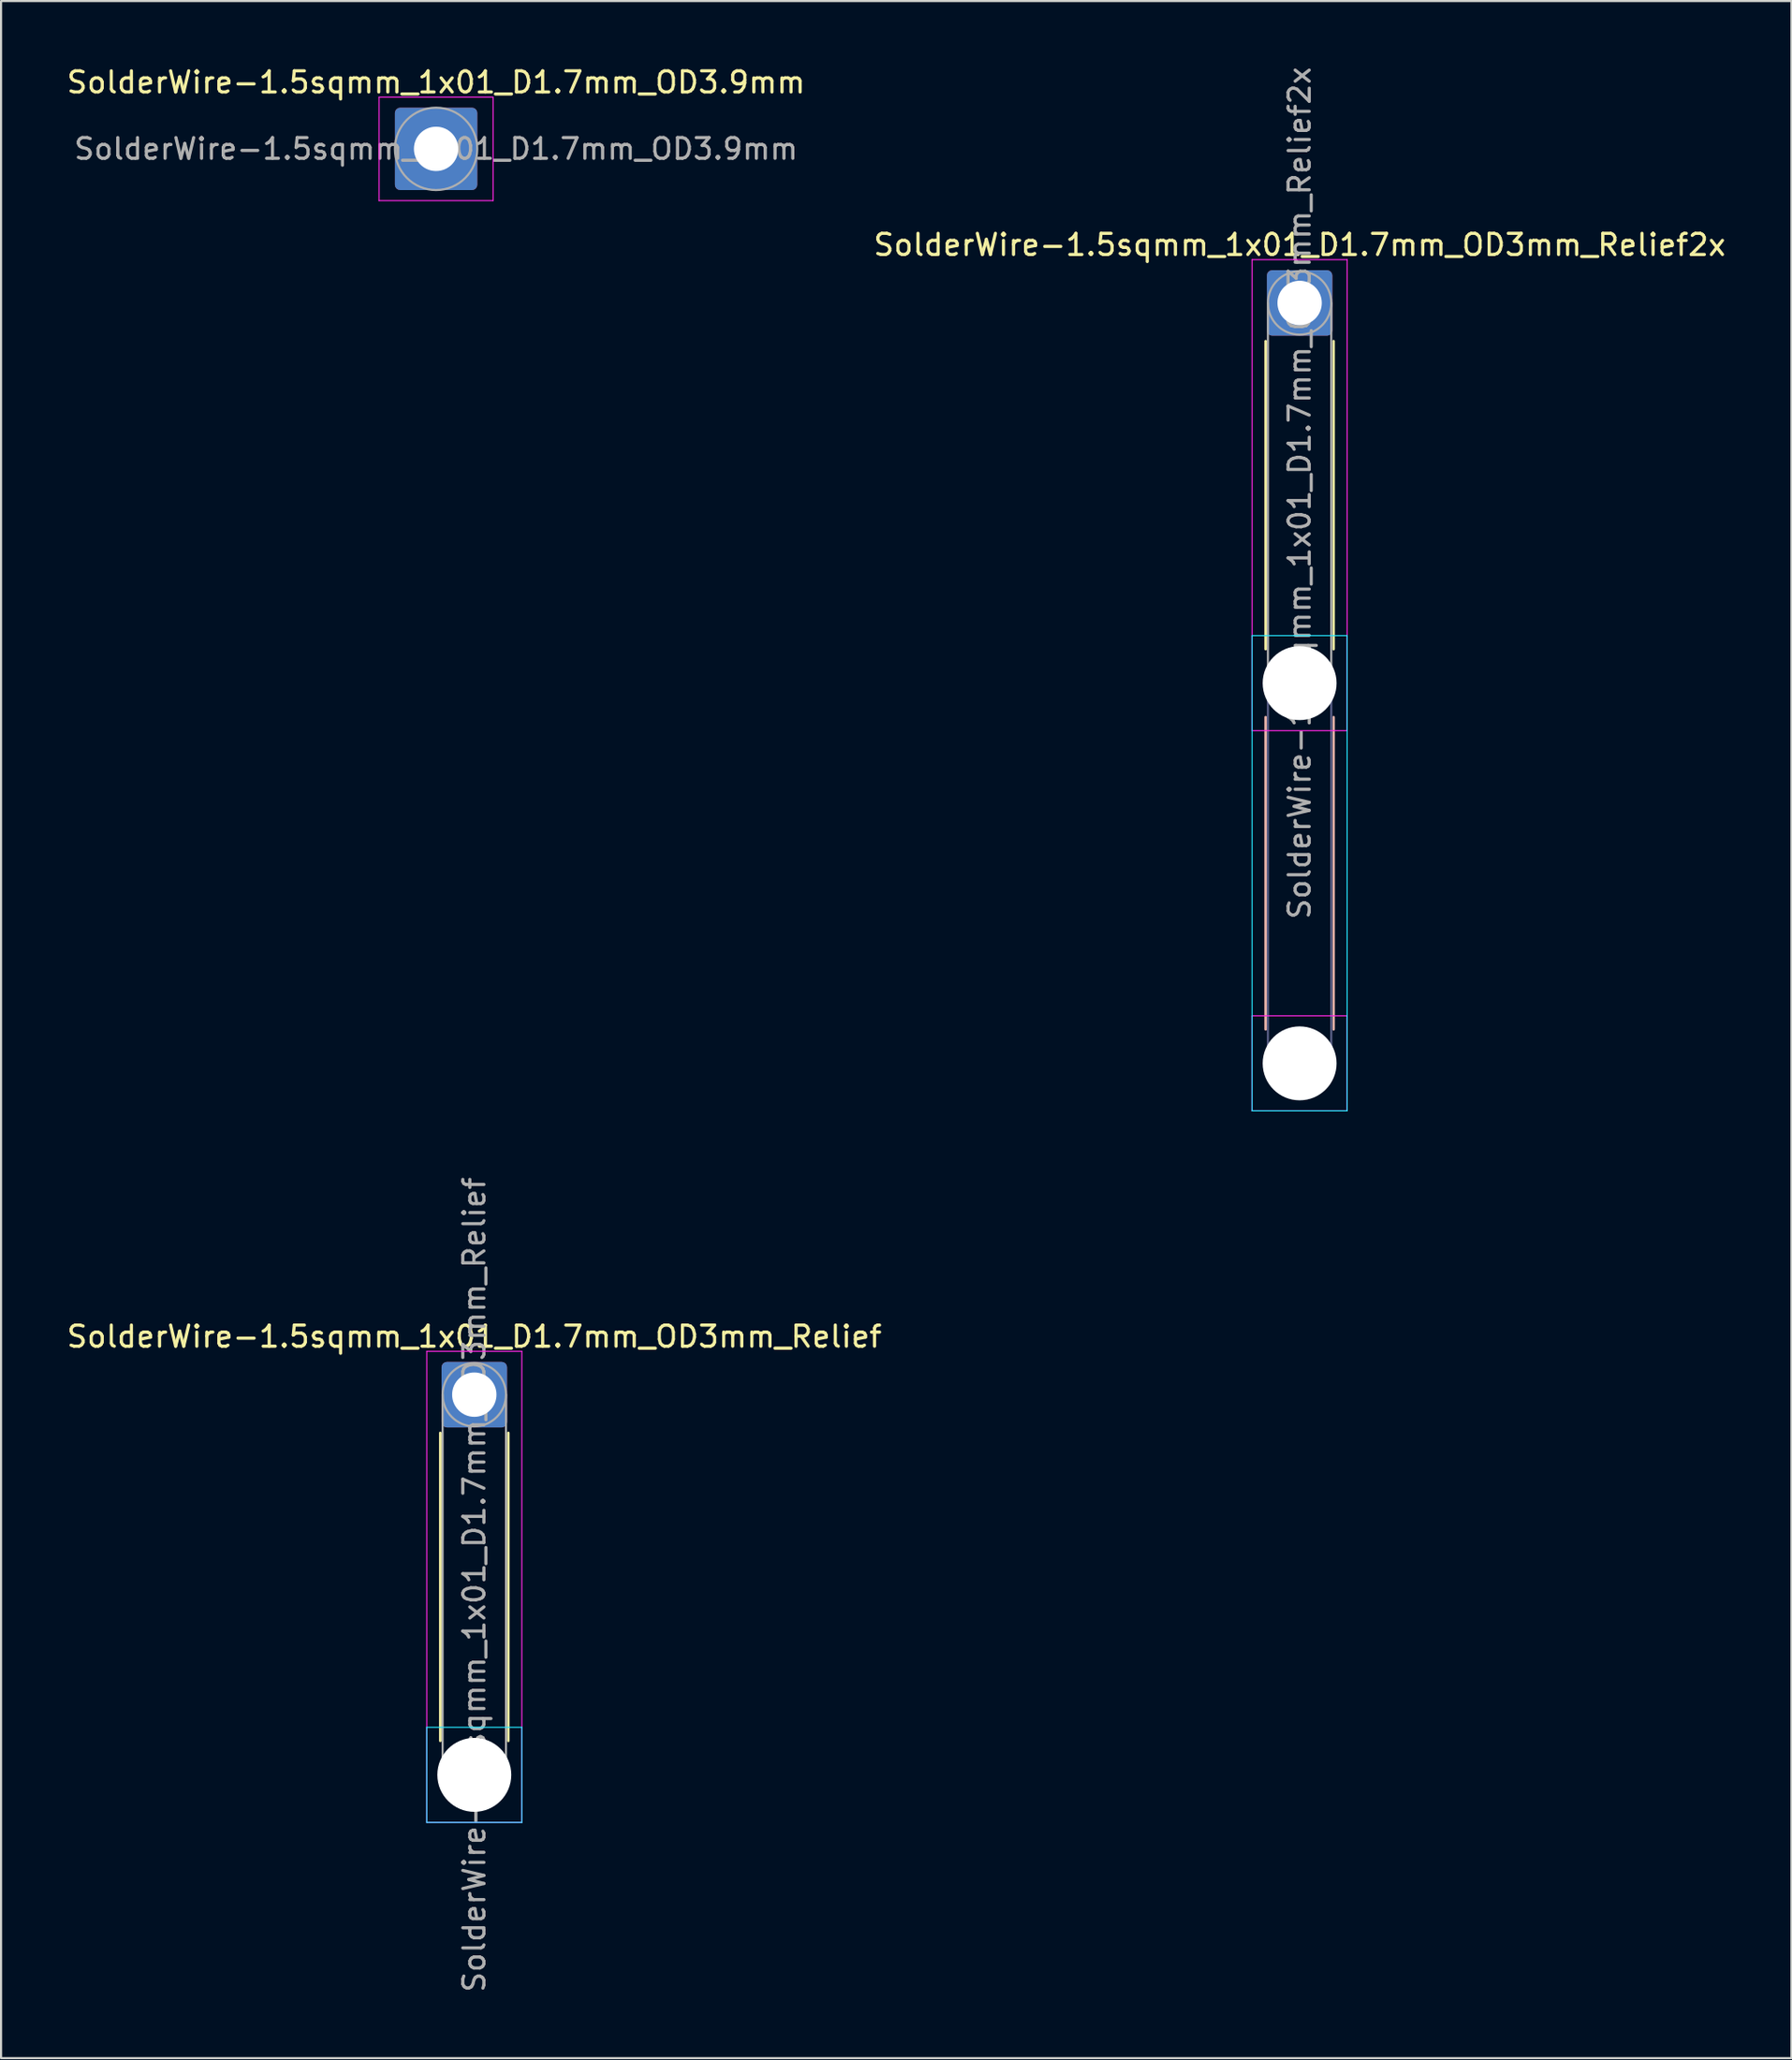
<source format=kicad_pcb>
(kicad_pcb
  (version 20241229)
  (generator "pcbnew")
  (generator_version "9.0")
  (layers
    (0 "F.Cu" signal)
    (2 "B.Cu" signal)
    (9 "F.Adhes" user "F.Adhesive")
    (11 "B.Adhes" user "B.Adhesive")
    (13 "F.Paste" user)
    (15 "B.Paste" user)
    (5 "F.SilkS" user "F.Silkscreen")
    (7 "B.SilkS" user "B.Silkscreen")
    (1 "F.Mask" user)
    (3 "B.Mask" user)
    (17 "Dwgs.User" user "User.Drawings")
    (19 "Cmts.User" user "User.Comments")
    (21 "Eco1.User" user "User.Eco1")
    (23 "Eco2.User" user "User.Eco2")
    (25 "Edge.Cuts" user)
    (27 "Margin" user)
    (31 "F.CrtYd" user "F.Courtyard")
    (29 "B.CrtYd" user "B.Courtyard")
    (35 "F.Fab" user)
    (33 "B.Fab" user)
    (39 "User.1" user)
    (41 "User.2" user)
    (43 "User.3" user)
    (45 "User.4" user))
  (footprint "SolderWire-1.5sqmm_1x01_D1.7mm_OD3mm_Relief2x"
    (layer "F.Cu")
    (at 58.494 11.292)
    (property "Reference" "SolderWire-1.5sqmm_1x01_D1.7mm_OD3mm_Relief2x" (at 0 -2.75 0) (layer "F.SilkS") (effects (font (size 1 1) (thickness 0.15))))
    (attr exclude_from_pos_files exclude_from_bom)
    (fp_line (start -1.61 1.81) (end -1.61 16.39) (stroke (width 0.12) (type solid)) (layer "F.SilkS"))
    (fp_line (start 1.61 1.81) (end 1.61 16.39) (stroke (width 0.12) (type solid)) (layer "F.SilkS"))
    (fp_line (start -1.61 19.61) (end -1.61 34.39) (stroke (width 0.12) (type solid)) (layer "B.SilkS"))
    (fp_line (start 1.61 19.61) (end 1.61 34.39) (stroke (width 0.12) (type solid)) (layer "B.SilkS"))
    (fp_line (start -2.25 15.75) (end -2.25 38.25) (stroke (width 0.05) (type solid)) (layer "B.CrtYd"))
    (fp_line (start -2.25 38.25) (end 2.25 38.25) (stroke (width 0.05) (type solid)) (layer "B.CrtYd"))
    (fp_line (start 2.25 15.75) (end -2.25 15.75) (stroke (width 0.05) (type solid)) (layer "B.CrtYd"))
    (fp_line (start 2.25 38.25) (end 2.25 15.75) (stroke (width 0.05) (type solid)) (layer "B.CrtYd"))
    (fp_line (start -2.25 -2.05) (end -2.25 20.25) (stroke (width 0.05) (type solid)) (layer "F.CrtYd"))
    (fp_line (start -2.25 20.25) (end 2.25 20.25) (stroke (width 0.05) (type solid)) (layer "F.CrtYd"))
    (fp_line (start -2.25 33.75) (end -2.25 38.25) (stroke (width 0.05) (type solid)) (layer "F.CrtYd"))
    (fp_line (start -2.25 38.25) (end 2.25 38.25) (stroke (width 0.05) (type solid)) (layer "F.CrtYd"))
    (fp_line (start 2.25 -2.05) (end -2.25 -2.05) (stroke (width 0.05) (type solid)) (layer "F.CrtYd"))
    (fp_line (start 2.25 20.25) (end 2.25 -2.05) (stroke (width 0.05) (type solid)) (layer "F.CrtYd"))
    (fp_line (start 2.25 33.75) (end -2.25 33.75) (stroke (width 0.05) (type solid)) (layer "F.CrtYd"))
    (fp_line (start 2.25 38.25) (end 2.25 33.75) (stroke (width 0.05) (type solid)) (layer "F.CrtYd"))
    (fp_line (start -1.5 18) (end -1.5 36) (stroke (width 0.1) (type solid)) (layer "B.Fab"))
    (fp_line (start 1.5 18) (end 1.5 36) (stroke (width 0.1) (type solid)) (layer "B.Fab"))
    (fp_circle (center 0 18) (end 1.5 18) (stroke (width 0.1) (type solid)) (fill no) (layer "B.Fab"))
    (fp_circle (center 0 36) (end 1.5 36) (stroke (width 0.1) (type solid)) (fill no) (layer "B.Fab"))
    (fp_line (start -1.5 0) (end -1.5 18) (stroke (width 0.1) (type solid)) (layer "F.Fab"))
    (fp_line (start 1.5 0) (end 1.5 18) (stroke (width 0.1) (type solid)) (layer "F.Fab"))
    (fp_circle (center 0 0) (end 1.5 0) (stroke (width 0.1) (type solid)) (fill no) (layer "F.Fab"))
    (fp_circle (center 0 18) (end 1.5 18) (stroke (width 0.1) (type solid)) (fill no) (layer "F.Fab"))
    (fp_circle (center 0 36) (end 1.5 36) (stroke (width 0.1) (type solid)) (fill no) (layer "F.Fab"))
    (fp_text user "${REFERENCE}" (at 0 9 90) (layer "F.Fab") (effects (font (size 1 1) (thickness 0.15))))
    (pad "" np_thru_hole circle (at 0 18) (size 3.5 3.5) (drill 3.5) (layers "*.Cu" "*.Mask"))
    (pad "" np_thru_hole circle (at 0 36) (size 3.5 3.5) (drill 3.5) (layers "*.Cu" "*.Mask"))
    (pad "1" thru_hole roundrect (at 0 0) (size 3.1 3.1) (drill 2.1) (layers "*.Cu" "*.Mask") (roundrect_rratio 0.081)))
  (footprint "SolderWire-1.5sqmm_1x01_D1.7mm_OD3.9mm"
    (layer "F.Cu")
    (at 17.601 3.998)
    (property "Reference" "SolderWire-1.5sqmm_1x01_D1.7mm_OD3.9mm" (at 0 -3.15 0) (layer "F.SilkS") (effects (font (size 1 1) (thickness 0.15))))
    (attr exclude_from_pos_files exclude_from_bom)
    (fp_line (start -2.7 -2.45) (end -2.7 2.45) (stroke (width 0.05) (type solid)) (layer "F.CrtYd"))
    (fp_line (start -2.7 2.45) (end 2.7 2.45) (stroke (width 0.05) (type solid)) (layer "F.CrtYd"))
    (fp_line (start 2.7 -2.45) (end -2.7 -2.45) (stroke (width 0.05) (type solid)) (layer "F.CrtYd"))
    (fp_line (start 2.7 2.45) (end 2.7 -2.45) (stroke (width 0.05) (type solid)) (layer "F.CrtYd"))
    (fp_circle (center 0 0) (end 1.95 0) (stroke (width 0.1) (type solid)) (fill no) (layer "F.Fab"))
    (fp_text user "${REFERENCE}" (at 0 0 0) (layer "F.Fab") (effects (font (size 0.98 0.98) (thickness 0.15))))
    (pad "1" thru_hole roundrect (at 0 0) (size 3.9 3.9) (drill 2.1) (layers "*.Cu" "*.Mask") (roundrect_rratio 0.064)))
  (footprint "SolderWire-1.5sqmm_1x01_D1.7mm_OD3mm_Relief"
    (layer "F.Cu")
    (at 19.411 62.977)
    (property "Reference" "SolderWire-1.5sqmm_1x01_D1.7mm_OD3mm_Relief" (at 0 -2.75 0) (layer "F.SilkS") (effects (font (size 1 1) (thickness 0.15))))
    (attr exclude_from_pos_files exclude_from_bom)
    (fp_line (start -1.61 1.81) (end -1.61 16.39) (stroke (width 0.12) (type solid)) (layer "F.SilkS"))
    (fp_line (start 1.61 1.81) (end 1.61 16.39) (stroke (width 0.12) (type solid)) (layer "F.SilkS"))
    (fp_line (start -2.25 15.75) (end -2.25 20.25) (stroke (width 0.05) (type solid)) (layer "B.CrtYd"))
    (fp_line (start -2.25 20.25) (end 2.25 20.25) (stroke (width 0.05) (type solid)) (layer "B.CrtYd"))
    (fp_line (start 2.25 15.75) (end -2.25 15.75) (stroke (width 0.05) (type solid)) (layer "B.CrtYd"))
    (fp_line (start 2.25 20.25) (end 2.25 15.75) (stroke (width 0.05) (type solid)) (layer "B.CrtYd"))
    (fp_line (start -2.25 -2.05) (end -2.25 20.25) (stroke (width 0.05) (type solid)) (layer "F.CrtYd"))
    (fp_line (start -2.25 20.25) (end 2.25 20.25) (stroke (width 0.05) (type solid)) (layer "F.CrtYd"))
    (fp_line (start 2.25 -2.05) (end -2.25 -2.05) (stroke (width 0.05) (type solid)) (layer "F.CrtYd"))
    (fp_line (start 2.25 20.25) (end 2.25 -2.05) (stroke (width 0.05) (type solid)) (layer "F.CrtYd"))
    (fp_line (start -1.5 0) (end -1.5 18) (stroke (width 0.1) (type solid)) (layer "F.Fab"))
    (fp_line (start 1.5 0) (end 1.5 18) (stroke (width 0.1) (type solid)) (layer "F.Fab"))
    (fp_circle (center 0 0) (end 1.5 0) (stroke (width 0.1) (type solid)) (fill no) (layer "F.Fab"))
    (fp_circle (center 0 18) (end 1.5 18) (stroke (width 0.1) (type solid)) (fill no) (layer "F.Fab"))
    (fp_text user "${REFERENCE}" (at 0 9 90) (layer "F.Fab") (effects (font (size 1 1) (thickness 0.15))))
    (pad "" np_thru_hole circle (at 0 18) (size 3.5 3.5) (drill 3.5) (layers "*.Cu" "*.Mask"))
    (pad "1" thru_hole roundrect (at 0 0) (size 3.1 3.1) (drill 2.1) (layers "*.Cu" "*.Mask") (roundrect_rratio 0.081)))
  (gr_rect
    (start -3 -3)
    (end 81.786 94.388)
    (stroke (width 0.1) (type default))
    (fill no)
    (layer "Edge.Cuts")))
</source>
